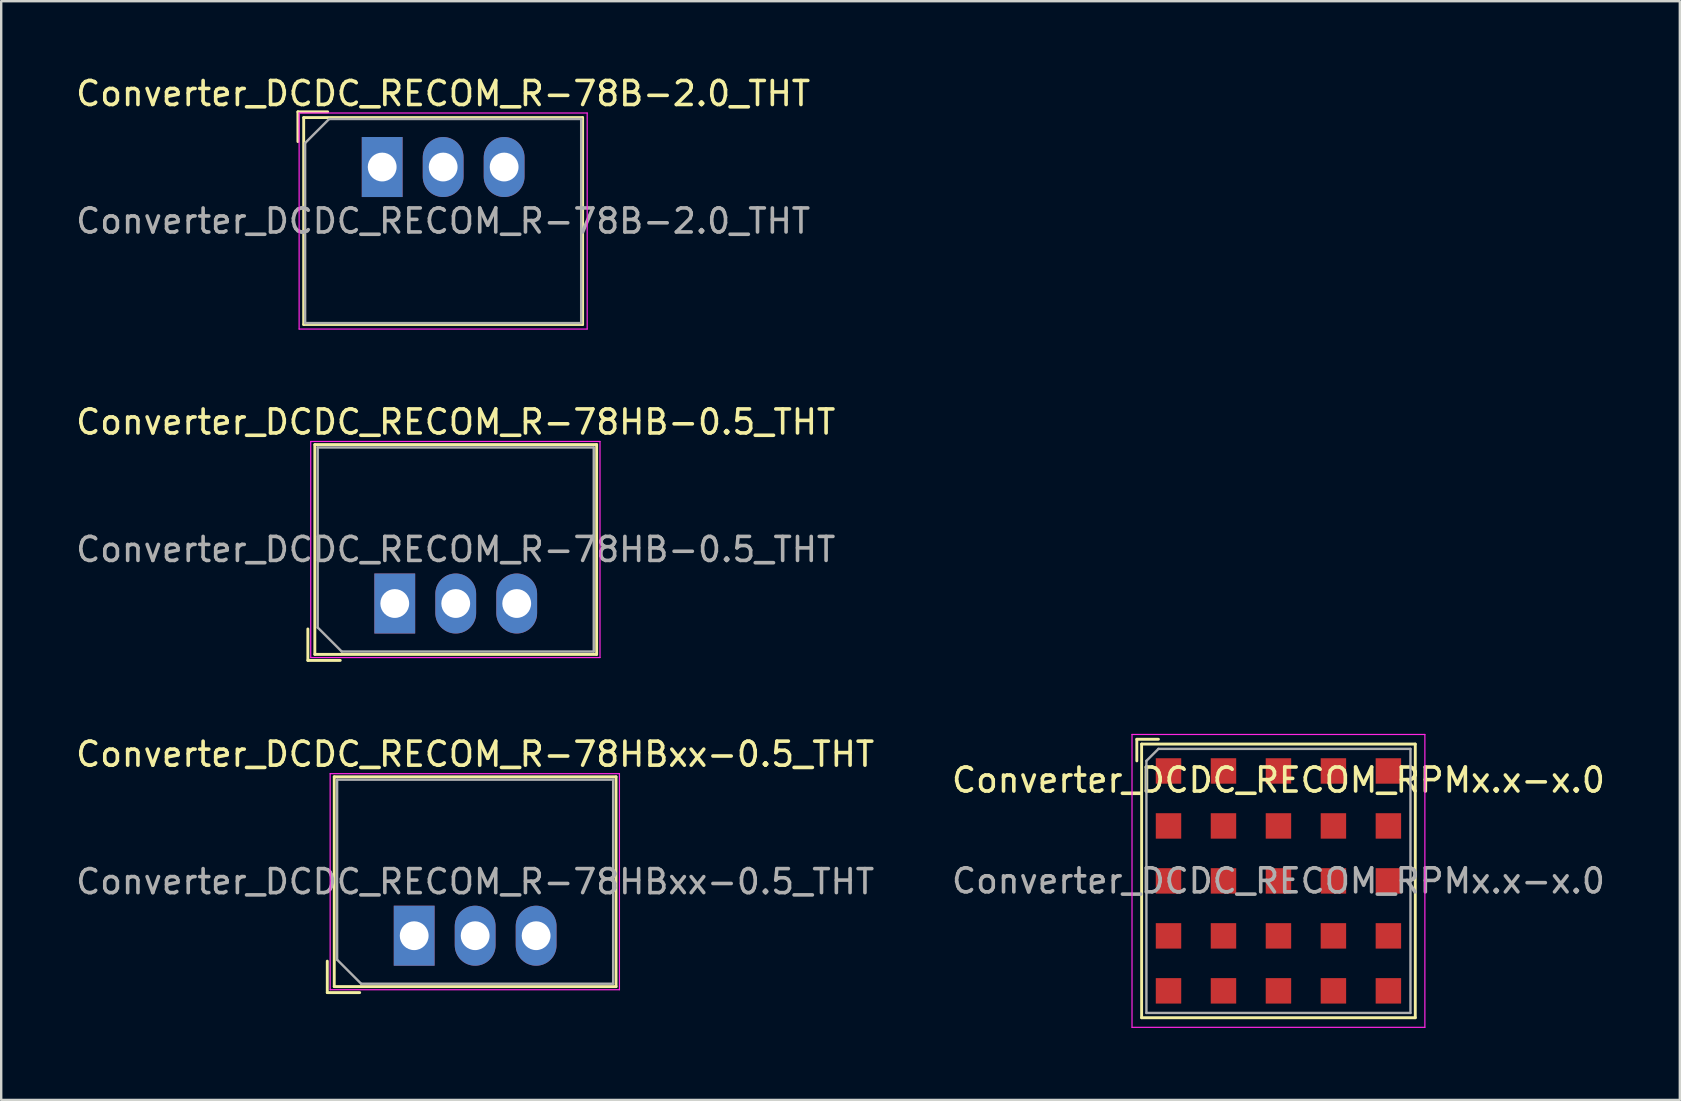
<source format=kicad_pcb>
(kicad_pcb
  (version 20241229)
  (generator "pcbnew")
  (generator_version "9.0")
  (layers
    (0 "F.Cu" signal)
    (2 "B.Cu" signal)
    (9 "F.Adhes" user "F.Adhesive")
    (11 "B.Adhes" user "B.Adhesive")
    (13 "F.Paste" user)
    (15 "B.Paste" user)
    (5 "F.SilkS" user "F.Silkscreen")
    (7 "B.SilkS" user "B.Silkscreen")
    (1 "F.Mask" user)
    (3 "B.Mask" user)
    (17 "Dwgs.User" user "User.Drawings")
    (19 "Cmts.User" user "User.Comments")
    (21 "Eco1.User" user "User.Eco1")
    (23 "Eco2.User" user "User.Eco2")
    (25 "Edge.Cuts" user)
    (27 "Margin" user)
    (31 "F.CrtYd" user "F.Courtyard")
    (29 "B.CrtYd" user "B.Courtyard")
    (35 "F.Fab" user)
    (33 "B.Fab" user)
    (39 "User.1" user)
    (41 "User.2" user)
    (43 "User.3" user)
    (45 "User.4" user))
  (footprint "Converter_DCDC_RECOM_RPMx.x-x.0"
    (layer "F.Cu")
    (at 50.208 33.647)
    (property "Reference" "Converter_DCDC_RECOM_RPMx.x-x.0" (at 0 -4.2 0) (layer "F.SilkS") (effects (font (size 1 1) (thickness 0.15))))
    (attr smd)
    (fp_line (start -5.9 -5.9) (end -5.9 -5) (stroke (width 0.12) (type solid)) (layer "F.SilkS"))
    (fp_line (start -5.7 -5.7) (end 5.7 -5.7) (stroke (width 0.12) (type solid)) (layer "F.SilkS"))
    (fp_line (start -5.7 5.7) (end -5.7 -5.7) (stroke (width 0.12) (type solid)) (layer "F.SilkS"))
    (fp_line (start -5 -5.9) (end -5.9 -5.9) (stroke (width 0.12) (type solid)) (layer "F.SilkS"))
    (fp_line (start 5.7 -5.7) (end 5.7 5.7) (stroke (width 0.12) (type solid)) (layer "F.SilkS"))
    (fp_line (start 5.7 5.7) (end -5.7 5.7) (stroke (width 0.12) (type solid)) (layer "F.SilkS"))
    (fp_line (start -6.1 -6.1) (end -6.1 6.1) (stroke (width 0.05) (type solid)) (layer "F.CrtYd"))
    (fp_line (start -6.1 -6.1) (end 6.1 -6.1) (stroke (width 0.05) (type solid)) (layer "F.CrtYd"))
    (fp_line (start 6.1 6.1) (end -6.1 6.1) (stroke (width 0.05) (type solid)) (layer "F.CrtYd"))
    (fp_line (start 6.1 6.1) (end 6.1 -6.1) (stroke (width 0.05) (type solid)) (layer "F.CrtYd"))
    (fp_line (start -5.5 -5) (end -5 -5.5) (stroke (width 0.1) (type solid)) (layer "F.Fab"))
    (fp_line (start -5.5 5.5) (end -5.5 -5) (stroke (width 0.1) (type solid)) (layer "F.Fab"))
    (fp_line (start -5 -5.5) (end 5.5 -5.5) (stroke (width 0.1) (type solid)) (layer "F.Fab"))
    (fp_line (start 5.5 -5.5) (end 5.5 5.5) (stroke (width 0.1) (type solid)) (layer "F.Fab"))
    (fp_line (start 5.5 5.5) (end -5.5 5.5) (stroke (width 0.1) (type solid)) (layer "F.Fab"))
    (fp_text user "${REFERENCE}" (at 0 0 0) (layer "F.Fab") (effects (font (size 1 1) (thickness 0.15))))
    (pad "A1" smd rect (at -4.58 -4.58) (size 1.06 1.06) (layers "F.Cu" "F.Mask" "F.Paste"))
    (pad "A2" smd rect (at -2.29 -4.58) (size 1.06 1.06) (layers "F.Cu" "F.Mask" "F.Paste"))
    (pad "A3" smd rect (at 0 -4.58) (size 1.06 1.06) (layers "F.Cu" "F.Mask" "F.Paste"))
    (pad "A4" smd rect (at 2.29 -4.58) (size 1.06 1.06) (layers "F.Cu" "F.Mask" "F.Paste"))
    (pad "A5" smd rect (at 4.58 -4.58) (size 1.06 1.06) (layers "F.Cu" "F.Mask" "F.Paste"))
    (pad "B1" smd rect (at -4.58 -2.29) (size 1.06 1.06) (layers "F.Cu" "F.Mask" "F.Paste"))
    (pad "B2" smd rect (at -2.29 -2.29) (size 1.06 1.06) (layers "F.Cu" "F.Mask" "F.Paste"))
    (pad "B3" smd rect (at 0 -2.29) (size 1.06 1.06) (layers "F.Cu" "F.Mask" "F.Paste"))
    (pad "B4" smd rect (at 2.29 -2.29) (size 1.06 1.06) (layers "F.Cu" "F.Mask" "F.Paste"))
    (pad "B5" smd rect (at 4.58 -2.29) (size 1.06 1.06) (layers "F.Cu" "F.Mask" "F.Paste"))
    (pad "C1" smd rect (at -4.58 0) (size 1.06 1.06) (layers "F.Cu" "F.Mask" "F.Paste"))
    (pad "C2" smd rect (at -2.29 0) (size 1.06 1.06) (layers "F.Cu" "F.Mask" "F.Paste"))
    (pad "C3" smd rect (at 0 0) (size 1.06 1.06) (layers "F.Cu" "F.Mask" "F.Paste"))
    (pad "C4" smd rect (at 2.29 0) (size 1.06 1.06) (layers "F.Cu" "F.Mask" "F.Paste"))
    (pad "C5" smd rect (at 4.58 0) (size 1.06 1.06) (layers "F.Cu" "F.Mask" "F.Paste"))
    (pad "D1" smd rect (at -4.58 2.29) (size 1.06 1.06) (layers "F.Cu" "F.Mask" "F.Paste"))
    (pad "D2" smd rect (at -2.29 2.29) (size 1.06 1.06) (layers "F.Cu" "F.Mask" "F.Paste"))
    (pad "D3" smd rect (at 0 2.29) (size 1.06 1.06) (layers "F.Cu" "F.Mask" "F.Paste"))
    (pad "D4" smd rect (at 2.29 2.29) (size 1.06 1.06) (layers "F.Cu" "F.Mask" "F.Paste"))
    (pad "D5" smd rect (at 4.58 2.29) (size 1.06 1.06) (layers "F.Cu" "F.Mask" "F.Paste"))
    (pad "E1" smd rect (at -4.58 4.58) (size 1.06 1.06) (layers "F.Cu" "F.Mask" "F.Paste"))
    (pad "E2" smd rect (at -2.29 4.58) (size 1.06 1.06) (layers "F.Cu" "F.Mask" "F.Paste"))
    (pad "E3" smd rect (at 0 4.58) (size 1.06 1.06) (layers "F.Cu" "F.Mask" "F.Paste"))
    (pad "E4" smd rect (at 2.29 4.58) (size 1.06 1.06) (layers "F.Cu" "F.Mask" "F.Paste"))
    (pad "E5" smd rect (at 4.58 4.58) (size 1.06 1.06) (layers "F.Cu" "F.Mask" "F.Paste")))
  (footprint "Converter_DCDC_RECOM_R-78HB-0.5_THT"
    (layer "F.Cu")
    (at 13.395 22.091)
    (property "Reference" "Converter_DCDC_RECOM_R-78HB-0.5_THT" (at 2.54 -7.56 0) (layer "F.SilkS") (effects (font (size 1 1) (thickness 0.15))))
    (attr through_hole)
    (fp_line (start -3.62 1.06) (end -3.62 2.37) (stroke (width 0.12) (type solid)) (layer "F.SilkS"))
    (fp_line (start -3.62 2.37) (end -2.27 2.37) (stroke (width 0.12) (type solid)) (layer "F.SilkS"))
    (fp_line (start -3.33 -6.62) (end -3.33 2.12) (stroke (width 0.12) (type solid)) (layer "F.SilkS"))
    (fp_line (start -3.33 -6.62) (end 8.41 -6.62) (stroke (width 0.12) (type solid)) (layer "F.SilkS"))
    (fp_line (start -3.33 2.12) (end 8.41 2.12) (stroke (width 0.12) (type solid)) (layer "F.SilkS"))
    (fp_line (start 8.41 -6.62) (end 8.41 2.12) (stroke (width 0.12) (type solid)) (layer "F.SilkS"))
    (fp_line (start -3.5 -6.75) (end -3.5 2.25) (stroke (width 0.05) (type solid)) (layer "F.CrtYd"))
    (fp_line (start -3.5 2.25) (end 8.55 2.25) (stroke (width 0.05) (type solid)) (layer "F.CrtYd"))
    (fp_line (start 8.55 -6.75) (end -3.5 -6.75) (stroke (width 0.05) (type solid)) (layer "F.CrtYd"))
    (fp_line (start 8.55 2.25) (end 8.55 -6.75) (stroke (width 0.05) (type solid)) (layer "F.CrtYd"))
    (fp_line (start -3.21 -6.5) (end 8.29 -6.5) (stroke (width 0.1) (type solid)) (layer "F.Fab"))
    (fp_line (start -3.21 1) (end -3.21 -6.5) (stroke (width 0.1) (type solid)) (layer "F.Fab"))
    (fp_line (start -2.21 2) (end -3.21 1) (stroke (width 0.1) (type solid)) (layer "F.Fab"))
    (fp_line (start 8.29 -6.5) (end 8.29 2) (stroke (width 0.1) (type solid)) (layer "F.Fab"))
    (fp_line (start 8.29 2) (end -2.21 2) (stroke (width 0.1) (type solid)) (layer "F.Fab"))
    (fp_text user "${REFERENCE}" (at 2.54 -2.25 0) (layer "F.Fab") (effects (font (size 1 1) (thickness 0.15))))
    (pad "1" thru_hole rect (at 0 0) (size 1.7 2.5) (drill 1.2) (layers "*.Cu" "*.Mask"))
    (pad "2" thru_hole oval (at 2.54 0) (size 1.7 2.5) (drill 1.2) (layers "*.Cu" "*.Mask"))
    (pad "3" thru_hole oval (at 5.08 0) (size 1.7 2.5) (drill 1.2) (layers "*.Cu" "*.Mask")))
  (footprint "Converter_DCDC_RECOM_R-78B-2.0_THT"
    (layer "F.Cu")
    (at 12.871 3.908)
    (property "Reference" "Converter_DCDC_RECOM_R-78B-2.0_THT" (at 2.54 -3.06 0) (layer "F.SilkS") (effects (font (size 1 1) (thickness 0.15))))
    (attr through_hole)
    (fp_line (start -3.51 -2.3) (end -2.27 -2.3) (stroke (width 0.12) (type solid)) (layer "F.SilkS"))
    (fp_line (start -3.51 -1.06) (end -3.51 -2.3) (stroke (width 0.12) (type solid)) (layer "F.SilkS"))
    (fp_line (start -3.27 -2.06) (end -3.27 6.56) (stroke (width 0.12) (type solid)) (layer "F.SilkS"))
    (fp_line (start -3.27 -2.06) (end 8.35 -2.06) (stroke (width 0.12) (type solid)) (layer "F.SilkS"))
    (fp_line (start -3.27 6.56) (end 8.35 6.56) (stroke (width 0.12) (type solid)) (layer "F.SilkS"))
    (fp_line (start 8.35 -2.06) (end 8.35 6.56) (stroke (width 0.12) (type solid)) (layer "F.SilkS"))
    (fp_line (start -3.46 -2.25) (end -3.46 6.75) (stroke (width 0.05) (type solid)) (layer "F.CrtYd"))
    (fp_line (start -3.46 6.75) (end 8.54 6.75) (stroke (width 0.05) (type solid)) (layer "F.CrtYd"))
    (fp_line (start 8.54 -2.25) (end -3.46 -2.25) (stroke (width 0.05) (type solid)) (layer "F.CrtYd"))
    (fp_line (start 8.54 6.75) (end 8.54 -2.25) (stroke (width 0.05) (type solid)) (layer "F.CrtYd"))
    (fp_line (start -3.21 -1) (end -2.21 -2) (stroke (width 0.1) (type solid)) (layer "F.Fab"))
    (fp_line (start -3.21 6.5) (end -3.21 -1) (stroke (width 0.1) (type solid)) (layer "F.Fab"))
    (fp_line (start -2.21 -2) (end 8.29 -2) (stroke (width 0.1) (type solid)) (layer "F.Fab"))
    (fp_line (start 8.29 -2) (end 8.29 6.5) (stroke (width 0.1) (type solid)) (layer "F.Fab"))
    (fp_line (start 8.29 6.5) (end -3.21 6.5) (stroke (width 0.1) (type solid)) (layer "F.Fab"))
    (fp_text user "${REFERENCE}" (at 2.54 2.25 0) (layer "F.Fab") (effects (font (size 1 1) (thickness 0.15))))
    (pad "1" thru_hole rect (at 0 0) (size 1.7 2.5) (drill 1.2) (layers "*.Cu" "*.Mask"))
    (pad "2" thru_hole oval (at 2.54 0) (size 1.7 2.5) (drill 1.2) (layers "*.Cu" "*.Mask"))
    (pad "3" thru_hole oval (at 5.08 0) (size 1.7 2.5) (drill 1.2) (layers "*.Cu" "*.Mask")))
  (footprint "Converter_DCDC_RECOM_R-78HBxx-0.5_THT"
    (layer "F.Cu")
    (at 14.204 35.93)
    (property "Reference" "Converter_DCDC_RECOM_R-78HBxx-0.5_THT" (at 2.54 -7.56 0) (layer "F.SilkS") (effects (font (size 1 1) (thickness 0.15))))
    (attr through_hole)
    (fp_line (start -3.62 1.06) (end -3.62 2.37) (stroke (width 0.12) (type solid)) (layer "F.SilkS"))
    (fp_line (start -3.62 2.37) (end -2.27 2.37) (stroke (width 0.12) (type solid)) (layer "F.SilkS"))
    (fp_line (start -3.33 -6.62) (end -3.33 2.12) (stroke (width 0.12) (type solid)) (layer "F.SilkS"))
    (fp_line (start -3.33 -6.62) (end 8.41 -6.62) (stroke (width 0.12) (type solid)) (layer "F.SilkS"))
    (fp_line (start -3.33 2.12) (end 8.41 2.12) (stroke (width 0.12) (type solid)) (layer "F.SilkS"))
    (fp_line (start 8.41 -6.62) (end 8.41 2.12) (stroke (width 0.12) (type solid)) (layer "F.SilkS"))
    (fp_line (start -3.5 -6.75) (end -3.5 2.25) (stroke (width 0.05) (type solid)) (layer "F.CrtYd"))
    (fp_line (start -3.5 2.25) (end 8.55 2.25) (stroke (width 0.05) (type solid)) (layer "F.CrtYd"))
    (fp_line (start 8.55 -6.75) (end -3.5 -6.75) (stroke (width 0.05) (type solid)) (layer "F.CrtYd"))
    (fp_line (start 8.55 2.25) (end 8.55 -6.75) (stroke (width 0.05) (type solid)) (layer "F.CrtYd"))
    (fp_line (start -3.21 -6.5) (end 8.29 -6.5) (stroke (width 0.1) (type solid)) (layer "F.Fab"))
    (fp_line (start -3.21 1) (end -3.21 -6.5) (stroke (width 0.1) (type solid)) (layer "F.Fab"))
    (fp_line (start -2.21 2) (end -3.21 1) (stroke (width 0.1) (type solid)) (layer "F.Fab"))
    (fp_line (start 8.29 -6.5) (end 8.29 2) (stroke (width 0.1) (type solid)) (layer "F.Fab"))
    (fp_line (start 8.29 2) (end -2.21 2) (stroke (width 0.1) (type solid)) (layer "F.Fab"))
    (fp_text user "${REFERENCE}" (at 2.54 -2.25 0) (layer "F.Fab") (effects (font (size 1 1) (thickness 0.15))))
    (pad "1" thru_hole rect (at 0 0) (size 1.7 2.5) (drill 1.2) (layers "*.Cu" "*.Mask"))
    (pad "2" thru_hole oval (at 2.54 0) (size 1.7 2.5) (drill 1.2) (layers "*.Cu" "*.Mask"))
    (pad "3" thru_hole oval (at 5.08 0) (size 1.7 2.5) (drill 1.2) (layers "*.Cu" "*.Mask")))
  (gr_rect
    (start -3 -3)
    (end 66.929 42.772)
    (stroke (width 0.1) (type default))
    (fill no)
    (layer "Edge.Cuts")))
</source>
